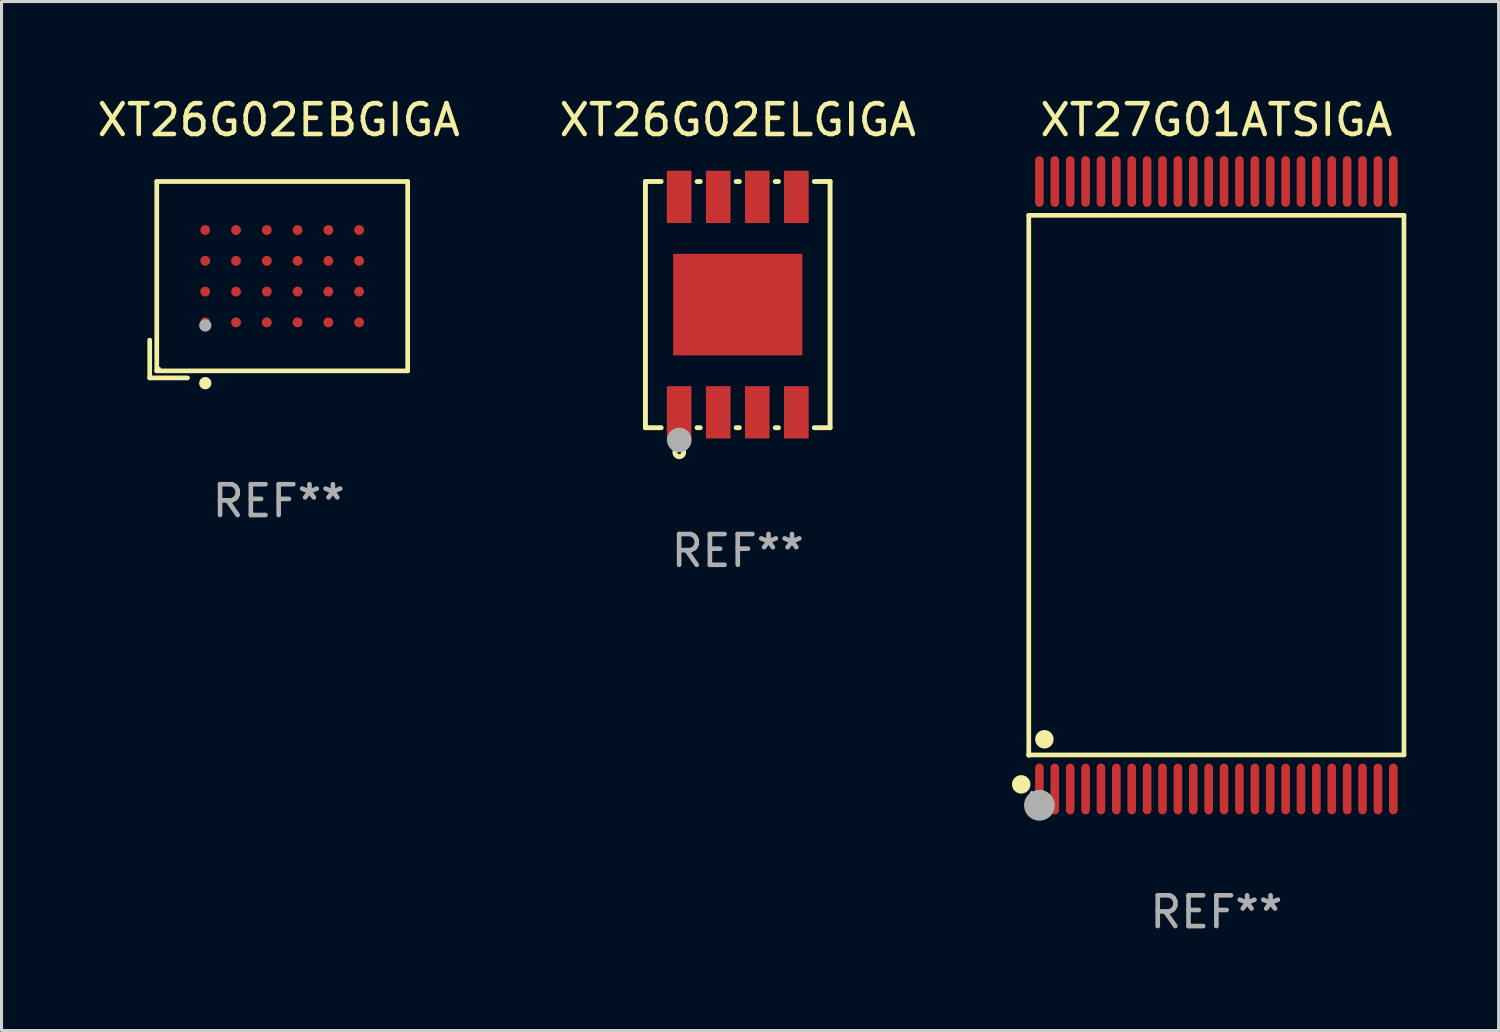
<source format=kicad_pcb>
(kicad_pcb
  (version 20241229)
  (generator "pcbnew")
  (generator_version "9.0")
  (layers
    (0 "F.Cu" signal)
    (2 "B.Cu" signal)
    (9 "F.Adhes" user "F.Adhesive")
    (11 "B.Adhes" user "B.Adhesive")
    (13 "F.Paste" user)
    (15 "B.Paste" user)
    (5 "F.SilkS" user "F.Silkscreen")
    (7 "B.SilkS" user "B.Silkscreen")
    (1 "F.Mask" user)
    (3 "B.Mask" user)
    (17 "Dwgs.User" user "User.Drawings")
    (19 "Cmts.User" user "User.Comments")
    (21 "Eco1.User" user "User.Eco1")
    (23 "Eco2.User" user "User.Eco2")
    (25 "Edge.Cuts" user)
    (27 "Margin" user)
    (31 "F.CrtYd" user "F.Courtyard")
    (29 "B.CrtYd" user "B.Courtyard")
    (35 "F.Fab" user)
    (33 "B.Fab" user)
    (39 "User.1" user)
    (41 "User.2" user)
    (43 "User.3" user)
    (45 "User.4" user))
  (footprint "XT26G02EBGIGA"
    (layer "F.Cu")
    (at 6.006 6.039)
    (property "Reference" "XT26G02EBGIGA" (at 0 -5.191 0) (layer "F.SilkS") (effects (font (size 1 1) (thickness 0.15))))
    (attr through_hole)
    (fp_line (start -4.191 1.962) (end -4.191 3.191) (stroke (width 0.152) (type solid)) (layer "F.SilkS"))
    (fp_line (start -4.191 3.191) (end -2.962 3.191) (stroke (width 0.152) (type solid)) (layer "F.SilkS"))
    (fp_line (start -3.962 -3.191) (end 4.191 -3.191) (stroke (width 0.152) (type solid)) (layer "F.SilkS"))
    (fp_line (start -3.962 2.962) (end -3.962 -3.191) (stroke (width 0.152) (type solid)) (layer "F.SilkS"))
    (fp_line (start 4.191 -3.191) (end 4.191 2.962) (stroke (width 0.152) (type solid)) (layer "F.SilkS"))
    (fp_line (start 4.191 2.962) (end -3.962 2.962) (stroke (width 0.152) (type solid)) (layer "F.SilkS"))
    (fp_circle (center -3.886 2.886) (end -3.856 2.886) (stroke (width 0.06) (type solid)) (fill no) (layer "F.SilkS"))
    (fp_circle (center -2.386 3.362) (end -2.285 3.362) (stroke (width 0.2) (type solid)) (fill no) (layer "F.SilkS"))
    (fp_circle (center -2.386 1.486) (end -2.285 1.486) (stroke (width 0.2) (type solid)) (fill no) (layer "F.Fab"))
    (fp_text user "REF**" (at 0 7.191 0) (layer "F.Fab") (effects (font (size 1 1) (thickness 0.15))))
    (pad "A1" smd circle (at -2.386 1.386) (size 0.32 0.32) (layers "F.Cu" "F.Mask" "F.Paste"))
    (pad "A2" smd circle (at -2.386 0.386) (size 0.32 0.32) (layers "F.Cu" "F.Mask" "F.Paste"))
    (pad "A3" smd circle (at -2.386 -0.614) (size 0.32 0.32) (layers "F.Cu" "F.Mask" "F.Paste"))
    (pad "A4" smd circle (at -2.386 -1.614) (size 0.32 0.32) (layers "F.Cu" "F.Mask" "F.Paste"))
    (pad "B1" smd circle (at -1.386 1.386) (size 0.32 0.32) (layers "F.Cu" "F.Mask" "F.Paste"))
    (pad "B2" smd circle (at -1.386 0.386) (size 0.32 0.32) (layers "F.Cu" "F.Mask" "F.Paste"))
    (pad "B3" smd circle (at -1.386 -0.614) (size 0.32 0.32) (layers "F.Cu" "F.Mask" "F.Paste"))
    (pad "B4" smd circle (at -1.386 -1.614) (size 0.32 0.32) (layers "F.Cu" "F.Mask" "F.Paste"))
    (pad "C1" smd circle (at -0.386 1.386) (size 0.32 0.32) (layers "F.Cu" "F.Mask" "F.Paste"))
    (pad "C2" smd circle (at -0.386 0.386) (size 0.32 0.32) (layers "F.Cu" "F.Mask" "F.Paste"))
    (pad "C3" smd circle (at -0.386 -0.614) (size 0.32 0.32) (layers "F.Cu" "F.Mask" "F.Paste"))
    (pad "C4" smd circle (at -0.386 -1.614) (size 0.32 0.32) (layers "F.Cu" "F.Mask" "F.Paste"))
    (pad "D1" smd circle (at 0.614 1.386) (size 0.32 0.32) (layers "F.Cu" "F.Mask" "F.Paste"))
    (pad "D2" smd circle (at 0.614 0.386) (size 0.32 0.32) (layers "F.Cu" "F.Mask" "F.Paste"))
    (pad "D3" smd circle (at 0.614 -0.614) (size 0.32 0.32) (layers "F.Cu" "F.Mask" "F.Paste"))
    (pad "D4" smd circle (at 0.614 -1.614) (size 0.32 0.32) (layers "F.Cu" "F.Mask" "F.Paste"))
    (pad "E1" smd circle (at 1.614 1.386) (size 0.32 0.32) (layers "F.Cu" "F.Mask" "F.Paste"))
    (pad "E2" smd circle (at 1.614 0.386) (size 0.32 0.32) (layers "F.Cu" "F.Mask" "F.Paste"))
    (pad "E3" smd circle (at 1.614 -0.614) (size 0.32 0.32) (layers "F.Cu" "F.Mask" "F.Paste"))
    (pad "E4" smd circle (at 1.614 -1.614) (size 0.32 0.32) (layers "F.Cu" "F.Mask" "F.Paste"))
    (pad "F1" smd circle (at 2.614 1.386) (size 0.32 0.32) (layers "F.Cu" "F.Mask" "F.Paste"))
    (pad "F2" smd circle (at 2.614 0.386) (size 0.32 0.32) (layers "F.Cu" "F.Mask" "F.Paste"))
    (pad "F3" smd circle (at 2.614 -0.614) (size 0.32 0.32) (layers "F.Cu" "F.Mask" "F.Paste"))
    (pad "F4" smd circle (at 2.614 -1.614) (size 0.32 0.32) (layers "F.Cu" "F.Mask" "F.Paste")))
  (footprint "XT27G01ATSIGA"
    (layer "F.Cu")
    (at 36.476 12.718)
    (property "Reference" "XT27G01ATSIGA" (at 0 -11.87 0) (layer "F.SilkS") (effects (font (size 1 1) (thickness 0.15))))
    (attr through_hole)
    (fp_line (start -6.096 -8.771) (end 6.096 -8.771) (stroke (width 0.152) (type solid)) (layer "F.SilkS"))
    (fp_line (start -6.096 8.763) (end -6.096 8.771) (stroke (width 0.152) (type solid)) (layer "F.SilkS"))
    (fp_line (start -6.096 8.771) (end -6.096 -8.771) (stroke (width 0.152) (type solid)) (layer "F.SilkS"))
    (fp_line (start 6.096 -8.771) (end 6.096 8.763) (stroke (width 0.152) (type solid)) (layer "F.SilkS"))
    (fp_line (start 6.096 8.763) (end -6.096 8.763) (stroke (width 0.152) (type solid)) (layer "F.SilkS"))
    (fp_circle (center -6.342 9.72) (end -6.192 9.72) (stroke (width 0.3) (type solid)) (fill no) (layer "F.SilkS"))
    (fp_circle (center -6 10) (end -5.97 10) (stroke (width 0.06) (type solid)) (fill no) (layer "F.SilkS"))
    (fp_circle (center -5.588 8.255) (end -5.438 8.255) (stroke (width 0.3) (type solid)) (fill no) (layer "F.SilkS"))
    (fp_circle (center -5.75 10.4) (end -5.5 10.4) (stroke (width 0.5) (type solid)) (fill no) (layer "F.Fab"))
    (fp_text user "REF**" (at 0 13.87 0) (layer "F.Fab") (effects (font (size 1 1) (thickness 0.15))))
    (pad "1" smd oval (at -5.75 9.87) (size 0.28 1.65) (layers "F.Cu" "F.Mask" "F.Paste"))
    (pad "2" smd oval (at -5.25 9.87) (size 0.28 1.65) (layers "F.Cu" "F.Mask" "F.Paste"))
    (pad "3" smd oval (at -4.75 9.87) (size 0.28 1.65) (layers "F.Cu" "F.Mask" "F.Paste"))
    (pad "4" smd oval (at -4.25 9.87) (size 0.28 1.65) (layers "F.Cu" "F.Mask" "F.Paste"))
    (pad "5" smd oval (at -3.75 9.87) (size 0.28 1.65) (layers "F.Cu" "F.Mask" "F.Paste"))
    (pad "6" smd oval (at -3.25 9.87) (size 0.28 1.65) (layers "F.Cu" "F.Mask" "F.Paste"))
    (pad "7" smd oval (at -2.75 9.87) (size 0.28 1.65) (layers "F.Cu" "F.Mask" "F.Paste"))
    (pad "8" smd oval (at -2.25 9.87) (size 0.28 1.65) (layers "F.Cu" "F.Mask" "F.Paste"))
    (pad "9" smd oval (at -1.75 9.87) (size 0.28 1.65) (layers "F.Cu" "F.Mask" "F.Paste"))
    (pad "10" smd oval (at -1.25 9.87) (size 0.28 1.65) (layers "F.Cu" "F.Mask" "F.Paste"))
    (pad "11" smd oval (at -0.75 9.87) (size 0.28 1.65) (layers "F.Cu" "F.Mask" "F.Paste"))
    (pad "12" smd oval (at -0.25 9.87) (size 0.28 1.65) (layers "F.Cu" "F.Mask" "F.Paste"))
    (pad "13" smd oval (at 0.25 9.87) (size 0.28 1.65) (layers "F.Cu" "F.Mask" "F.Paste"))
    (pad "14" smd oval (at 0.75 9.87) (size 0.28 1.65) (layers "F.Cu" "F.Mask" "F.Paste"))
    (pad "15" smd oval (at 1.25 9.87) (size 0.28 1.65) (layers "F.Cu" "F.Mask" "F.Paste"))
    (pad "16" smd oval (at 1.75 9.87) (size 0.28 1.65) (layers "F.Cu" "F.Mask" "F.Paste"))
    (pad "17" smd oval (at 2.25 9.87) (size 0.28 1.65) (layers "F.Cu" "F.Mask" "F.Paste"))
    (pad "18" smd oval (at 2.75 9.87) (size 0.28 1.65) (layers "F.Cu" "F.Mask" "F.Paste"))
    (pad "19" smd oval (at 3.25 9.87) (size 0.28 1.65) (layers "F.Cu" "F.Mask" "F.Paste"))
    (pad "20" smd oval (at 3.75 9.87) (size 0.28 1.65) (layers "F.Cu" "F.Mask" "F.Paste"))
    (pad "21" smd oval (at 4.25 9.87) (size 0.28 1.65) (layers "F.Cu" "F.Mask" "F.Paste"))
    (pad "22" smd oval (at 4.75 9.87) (size 0.28 1.65) (layers "F.Cu" "F.Mask" "F.Paste"))
    (pad "23" smd oval (at 5.25 9.87) (size 0.28 1.65) (layers "F.Cu" "F.Mask" "F.Paste"))
    (pad "24" smd oval (at 5.75 9.87) (size 0.28 1.65) (layers "F.Cu" "F.Mask" "F.Paste"))
    (pad "25" smd oval (at 5.75 -9.87) (size 0.28 1.65) (layers "F.Cu" "F.Mask" "F.Paste"))
    (pad "26" smd oval (at 5.25 -9.87) (size 0.28 1.65) (layers "F.Cu" "F.Mask" "F.Paste"))
    (pad "27" smd oval (at 4.75 -9.87) (size 0.28 1.65) (layers "F.Cu" "F.Mask" "F.Paste"))
    (pad "28" smd oval (at 4.25 -9.87) (size 0.28 1.65) (layers "F.Cu" "F.Mask" "F.Paste"))
    (pad "29" smd oval (at 3.75 -9.87) (size 0.28 1.65) (layers "F.Cu" "F.Mask" "F.Paste"))
    (pad "30" smd oval (at 3.25 -9.87) (size 0.28 1.65) (layers "F.Cu" "F.Mask" "F.Paste"))
    (pad "31" smd oval (at 2.75 -9.87) (size 0.28 1.65) (layers "F.Cu" "F.Mask" "F.Paste"))
    (pad "32" smd oval (at 2.25 -9.87) (size 0.28 1.65) (layers "F.Cu" "F.Mask" "F.Paste"))
    (pad "33" smd oval (at 1.75 -9.87) (size 0.28 1.65) (layers "F.Cu" "F.Mask" "F.Paste"))
    (pad "34" smd oval (at 1.25 -9.87) (size 0.28 1.65) (layers "F.Cu" "F.Mask" "F.Paste"))
    (pad "35" smd oval (at 0.75 -9.87) (size 0.28 1.65) (layers "F.Cu" "F.Mask" "F.Paste"))
    (pad "36" smd oval (at 0.25 -9.87) (size 0.28 1.65) (layers "F.Cu" "F.Mask" "F.Paste"))
    (pad "37" smd oval (at -0.25 -9.87) (size 0.28 1.65) (layers "F.Cu" "F.Mask" "F.Paste"))
    (pad "38" smd oval (at -0.75 -9.87) (size 0.28 1.65) (layers "F.Cu" "F.Mask" "F.Paste"))
    (pad "39" smd oval (at -1.25 -9.87) (size 0.28 1.65) (layers "F.Cu" "F.Mask" "F.Paste"))
    (pad "40" smd oval (at -1.75 -9.87) (size 0.28 1.65) (layers "F.Cu" "F.Mask" "F.Paste"))
    (pad "41" smd oval (at -2.25 -9.87) (size 0.28 1.65) (layers "F.Cu" "F.Mask" "F.Paste"))
    (pad "42" smd oval (at -2.75 -9.87) (size 0.28 1.65) (layers "F.Cu" "F.Mask" "F.Paste"))
    (pad "43" smd oval (at -3.25 -9.87) (size 0.28 1.65) (layers "F.Cu" "F.Mask" "F.Paste"))
    (pad "44" smd oval (at -3.75 -9.87) (size 0.28 1.65) (layers "F.Cu" "F.Mask" "F.Paste"))
    (pad "45" smd oval (at -4.25 -9.87) (size 0.28 1.65) (layers "F.Cu" "F.Mask" "F.Paste"))
    (pad "46" smd oval (at -4.75 -9.87) (size 0.28 1.65) (layers "F.Cu" "F.Mask" "F.Paste"))
    (pad "47" smd oval (at -5.25 -9.87) (size 0.28 1.65) (layers "F.Cu" "F.Mask" "F.Paste"))
    (pad "48" smd oval (at -5.75 -9.87) (size 0.28 1.65) (layers "F.Cu" "F.Mask" "F.Paste")))
  (footprint "XT26G02ELGIGA"
    (layer "F.Cu")
    (at 20.923 6.848)
    (property "Reference" "XT26G02ELGIGA" (at 0 -6 0) (layer "F.SilkS") (effects (font (size 1 1) (thickness 0.15))))
    (attr through_hole)
    (fp_line (start -3 -4) (end -2.489 -4) (stroke (width 0.16) (type solid)) (layer "F.SilkS"))
    (fp_line (start -3 4) (end -3 -4) (stroke (width 0.16) (type solid)) (layer "F.SilkS"))
    (fp_line (start -3 4) (end -2.489 4) (stroke (width 0.16) (type solid)) (layer "F.SilkS"))
    (fp_line (start -1.321 -4) (end -1.219 -4) (stroke (width 0.16) (type solid)) (layer "F.SilkS"))
    (fp_line (start -1.321 4) (end -1.219 4) (stroke (width 0.16) (type solid)) (layer "F.SilkS"))
    (fp_line (start -0.051 -4) (end 0.051 -4) (stroke (width 0.16) (type solid)) (layer "F.SilkS"))
    (fp_line (start -0.051 4) (end 0.051 4) (stroke (width 0.16) (type solid)) (layer "F.SilkS"))
    (fp_line (start 1.219 -4) (end 1.321 -4) (stroke (width 0.16) (type solid)) (layer "F.SilkS"))
    (fp_line (start 1.219 4) (end 1.321 4) (stroke (width 0.16) (type solid)) (layer "F.SilkS"))
    (fp_line (start 2.489 -4) (end 3 -4) (stroke (width 0.16) (type solid)) (layer "F.SilkS"))
    (fp_line (start 2.489 4) (end 3 4) (stroke (width 0.16) (type solid)) (layer "F.SilkS"))
    (fp_line (start 3 4) (end 3 -4) (stroke (width 0.16) (type solid)) (layer "F.SilkS"))
    (fp_circle (center -3 4) (end -2.97 4) (stroke (width 0.06) (type solid)) (fill no) (layer "F.SilkS"))
    (fp_circle (center -1.9 4.8) (end -1.758 4.8) (stroke (width 0.16) (type solid)) (fill no) (layer "F.SilkS"))
    (fp_circle (center -1.9 4.4) (end -1.7 4.4) (stroke (width 0.4) (type solid)) (fill no) (layer "F.Fab"))
    (fp_text user "REF**" (at 0 8 0) (layer "F.Fab") (effects (font (size 1 1) (thickness 0.15))))
    (pad "1" smd rect (at -1.905 3.5 90) (size 1.7 0.8) (layers "F.Cu" "F.Mask" "F.Paste"))
    (pad "2" smd rect (at -0.635 3.5 90) (size 1.7 0.8) (layers "F.Cu" "F.Mask" "F.Paste"))
    (pad "3" smd rect (at 0.635 3.5 90) (size 1.7 0.8) (layers "F.Cu" "F.Mask" "F.Paste"))
    (pad "4" smd rect (at 1.905 3.5 90) (size 1.7 0.8) (layers "F.Cu" "F.Mask" "F.Paste"))
    (pad "5" smd rect (at 1.905 -3.5 90) (size 1.7 0.8) (layers "F.Cu" "F.Mask" "F.Paste"))
    (pad "6" smd rect (at 0.635 -3.5 90) (size 1.7 0.8) (layers "F.Cu" "F.Mask" "F.Paste"))
    (pad "7" smd rect (at -0.635 -3.5 90) (size 1.7 0.8) (layers "F.Cu" "F.Mask" "F.Paste"))
    (pad "8" smd rect (at -1.905 -3.5 90) (size 1.7 0.8) (layers "F.Cu" "F.Mask" "F.Paste"))
    (pad "9" smd rect (at 0 0.000254 180) (size 4.2 3.3) (layers "F.Cu" "F.Mask" "F.Paste")))
  (gr_rect
    (start -3 -3)
    (end 45.648 30.437)
    (stroke (width 0.1) (type default))
    (fill no)
    (layer "Edge.Cuts")))
</source>
